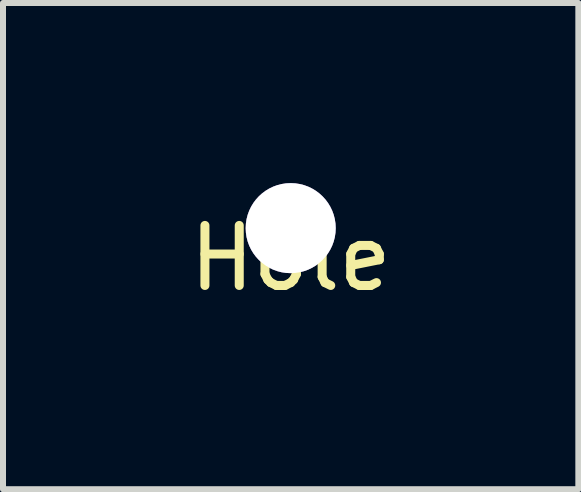
<source format=kicad_pcb>
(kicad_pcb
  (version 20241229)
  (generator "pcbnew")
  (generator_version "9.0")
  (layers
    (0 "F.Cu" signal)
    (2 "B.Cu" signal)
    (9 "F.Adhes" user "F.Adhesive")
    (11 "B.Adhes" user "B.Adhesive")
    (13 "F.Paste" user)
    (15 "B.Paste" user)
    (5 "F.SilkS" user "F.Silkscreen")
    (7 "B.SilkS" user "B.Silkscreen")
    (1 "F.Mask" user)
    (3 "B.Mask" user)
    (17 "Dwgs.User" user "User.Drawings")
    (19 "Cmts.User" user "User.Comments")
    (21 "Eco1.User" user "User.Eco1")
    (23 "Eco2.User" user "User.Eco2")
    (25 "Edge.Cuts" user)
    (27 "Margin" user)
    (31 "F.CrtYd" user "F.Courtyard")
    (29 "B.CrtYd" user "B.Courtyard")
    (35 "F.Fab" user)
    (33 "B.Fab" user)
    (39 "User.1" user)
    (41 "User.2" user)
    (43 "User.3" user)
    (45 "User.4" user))
  (footprint "Hole"
    (layer "F.Cu")
    (at 1.792 0.75)
    (property "Reference" "Hole" (at 0 0.5 0) (layer "F.SilkS") (effects (font (size 1 1) (thickness 0.15))))
    (attr through_hole)
    (pad "1" thru_hole circle (at 0 0) (size 1.5 1.5) (drill 1.5) (layers "*.Cu")))
  (gr_rect
    (start -3 -3)
    (end 6.583 5.098)
    (stroke (width 0.1) (type default))
    (fill no)
    (layer "Edge.Cuts")))
</source>
